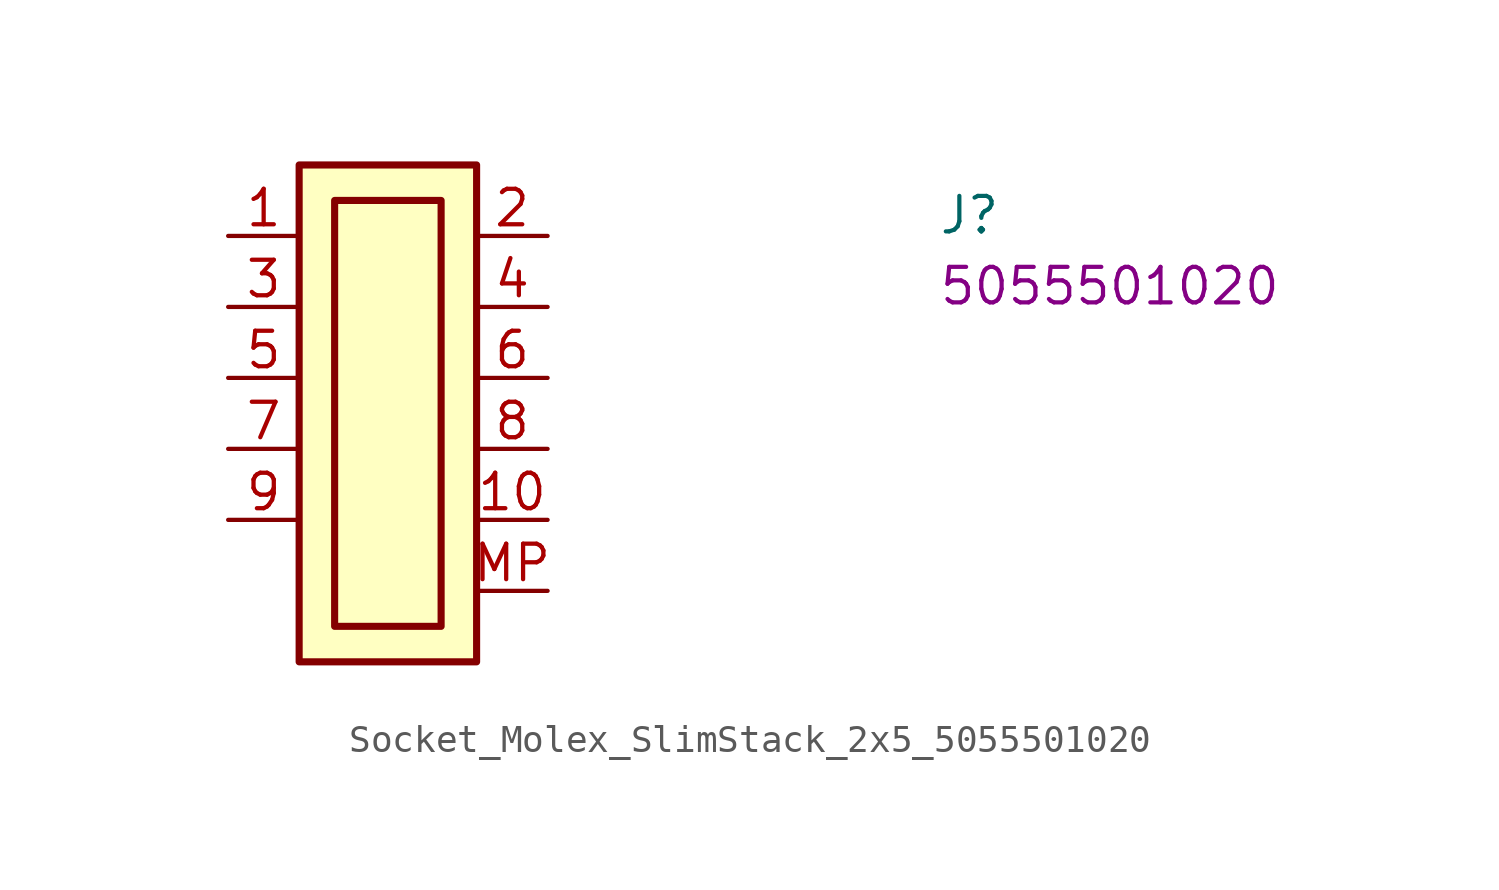
<source format=kicad_sym>
(kicad_symbol_lib
  (version 20220914)
  (generator kicad_symbol_editor)
  (symbol "Socket_Molex_SlimStack_2x5_5055501020"
    (property "Reference" "J"
      (at 25.4 0 0)
      (effects (font (size 1.27 1.27) (thickness 0.15)) (justify left bottom)))
    (property "MPN" "5055501020"
      (at 25.4 -2.54 0)
      (effects (font (size 1.27 1.27) (thickness 0.15)) (justify left bottom)))
    (symbol "Socket_Molex_SlimStack_2x5_5055501020_1_1"
      (rectangle (start 2.54 2.54) (end 8.89 -15.24) (stroke (width 0.254) (type default)) (fill (type background)))
      (rectangle (start 3.81 1.27) (end 7.62 -13.97) (stroke (width 0.254) (type default)) (fill (type background)))
      (pin passive line (at 0 0 0) (length 2.54) (name "~" (effects (font (size 1.27 1.27)))) (number "1" (effects (font (size 1.27 1.27)))))
      (pin passive line (at 11.43 -10.16 180) (length 2.54) (name "~" (effects (font (size 1.27 1.27)))) (number "10" (effects (font (size 1.27 1.27)))))
      (pin passive line (at 11.43 0 180) (length 2.54) (name "~" (effects (font (size 1.27 1.27)))) (number "2" (effects (font (size 1.27 1.27)))))
      (pin passive line (at 0 -2.54 0) (length 2.54) (name "~" (effects (font (size 1.27 1.27)))) (number "3" (effects (font (size 1.27 1.27)))))
      (pin passive line (at 11.43 -2.54 180) (length 2.54) (name "~" (effects (font (size 1.27 1.27)))) (number "4" (effects (font (size 1.27 1.27)))))
      (pin passive line (at 0 -5.08 0) (length 2.54) (name "~" (effects (font (size 1.27 1.27)))) (number "5" (effects (font (size 1.27 1.27)))))
      (pin passive line (at 11.43 -5.08 180) (length 2.54) (name "~" (effects (font (size 1.27 1.27)))) (number "6" (effects (font (size 1.27 1.27)))))
      (pin passive line (at 0 -7.62 0) (length 2.54) (name "~" (effects (font (size 1.27 1.27)))) (number "7" (effects (font (size 1.27 1.27)))))
      (pin passive line (at 11.43 -7.62 180) (length 2.54) (name "~" (effects (font (size 1.27 1.27)))) (number "8" (effects (font (size 1.27 1.27)))))
      (pin passive line (at 0 -10.16 0) (length 2.54) (name "~" (effects (font (size 1.27 1.27)))) (number "9" (effects (font (size 1.27 1.27)))))
      (pin passive line (at 11.43 -12.7 180) (length 2.54) (name "~" (effects (font (size 1.27 1.27)))) (number "MP" (effects (font (size 1.27 1.27))))))))
</source>
